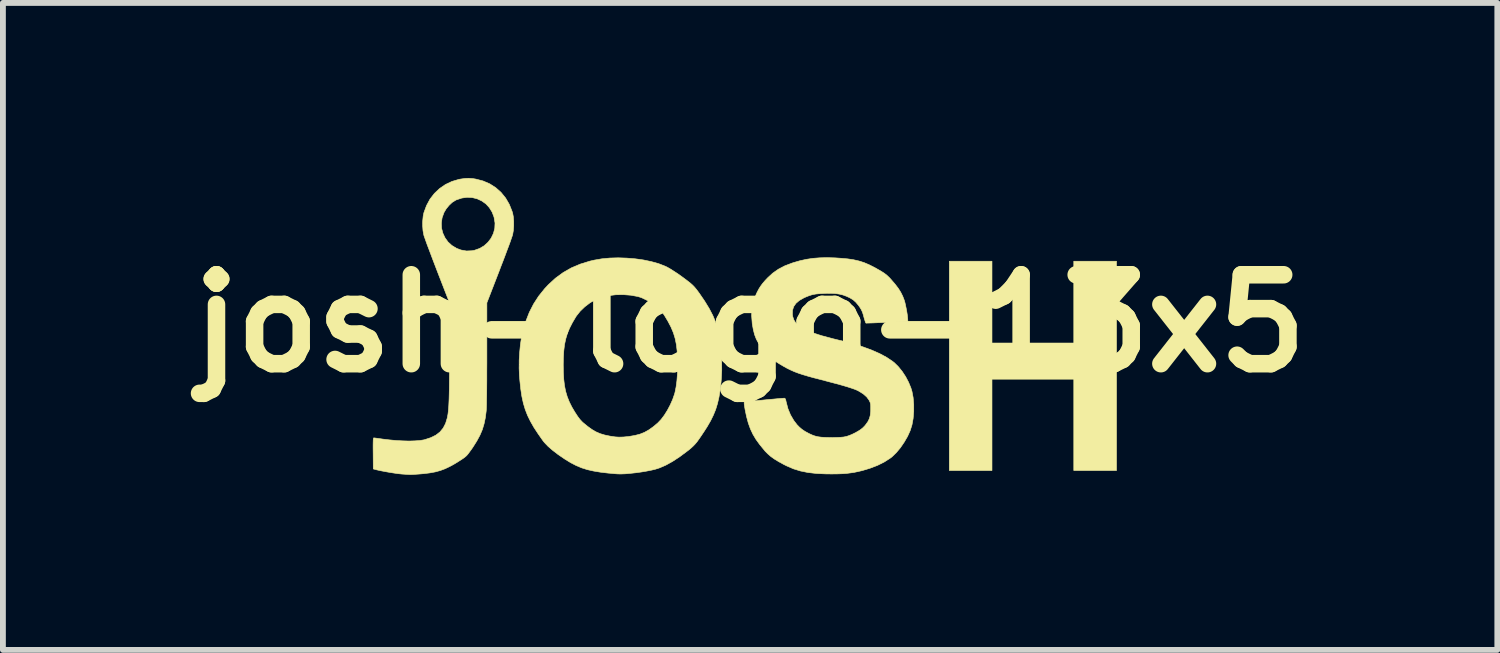
<source format=kicad_pcb>
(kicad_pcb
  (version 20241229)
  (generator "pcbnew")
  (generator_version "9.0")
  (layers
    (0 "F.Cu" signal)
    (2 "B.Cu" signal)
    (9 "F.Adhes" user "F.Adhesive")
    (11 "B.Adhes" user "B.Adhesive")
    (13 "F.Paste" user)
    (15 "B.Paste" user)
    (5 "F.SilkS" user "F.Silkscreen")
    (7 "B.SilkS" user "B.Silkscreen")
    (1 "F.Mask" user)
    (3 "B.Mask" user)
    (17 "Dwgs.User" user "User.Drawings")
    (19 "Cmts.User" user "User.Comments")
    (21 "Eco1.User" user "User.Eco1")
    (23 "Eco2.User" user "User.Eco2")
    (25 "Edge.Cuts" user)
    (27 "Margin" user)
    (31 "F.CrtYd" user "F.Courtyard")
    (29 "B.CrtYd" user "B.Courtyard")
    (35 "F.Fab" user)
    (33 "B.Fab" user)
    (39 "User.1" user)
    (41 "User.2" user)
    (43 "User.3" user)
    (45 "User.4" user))
  (footprint "josh-logo-13x5"
    (layer "F.Cu")
    (at 9.804 2.493)
    (property "Reference" "josh-logo-13x5" (at 0 0 0) (layer "F.SilkS") (effects (font (size 1.524 1.524) (thickness 0.3))))
    (attr through_hole)
    (fp_poly (pts (xy 4.145 0.335) (xy 5.547 0.335) (xy 5.547 -1.067) (xy 6.279 -1.067) (xy 6.279 2.52) (xy 5.547 2.52) (xy 5.547 0.955) (xy 4.145 0.955) (xy 4.145 2.52) (xy 3.414 2.52) (xy 3.414 -1.067) (xy 4.145 -1.067) (xy 4.145 0.335)) (stroke (width 0.01) (type solid)) (fill yes) (layer "F.SilkS"))
    (fp_poly (pts (xy -4.754 -2.483) (xy -4.699 -2.474) (xy -4.576 -2.442) (xy -4.462 -2.393) (xy -4.359 -2.327) (xy -4.268 -2.246) (xy -4.19 -2.15) (xy -4.127 -2.042) (xy -4.079 -1.922) (xy -4.069 -1.89) (xy -4.057 -1.826) (xy -4.051 -1.751) (xy -4.051 -1.67) (xy -4.057 -1.592) (xy -4.069 -1.524) (xy -4.069 -1.524) (xy -4.076 -1.5) (xy -4.09 -1.46) (xy -4.109 -1.404) (xy -4.134 -1.336) (xy -4.164 -1.257) (xy -4.197 -1.168) (xy -4.233 -1.073) (xy -4.272 -0.973) (xy -4.299 -0.901) (xy -4.511 -0.354) (xy -4.511 0.517) (xy -4.511 0.68) (xy -4.512 0.832) (xy -4.512 0.971) (xy -4.513 1.097) (xy -4.514 1.207) (xy -4.516 1.303) (xy -4.517 1.381) (xy -4.519 1.442) (xy -4.521 1.484) (xy -4.522 1.499) (xy -4.537 1.616) (xy -4.559 1.721) (xy -4.589 1.82) (xy -4.63 1.916) (xy -4.683 2.014) (xy -4.749 2.119) (xy -4.773 2.154) (xy -4.808 2.202) (xy -4.835 2.238) (xy -4.858 2.265) (xy -4.883 2.287) (xy -4.912 2.309) (xy -4.949 2.334) (xy -4.954 2.337) (xy -5.054 2.4) (xy -5.144 2.45) (xy -5.228 2.49) (xy -5.311 2.521) (xy -5.396 2.544) (xy -5.489 2.561) (xy -5.594 2.574) (xy -5.665 2.58) (xy -5.722 2.584) (xy -5.766 2.587) (xy -5.802 2.589) (xy -5.835 2.589) (xy -5.871 2.587) (xy -5.916 2.584) (xy -5.975 2.58) (xy -5.984 2.579) (xy -6.039 2.573) (xy -6.107 2.563) (xy -6.183 2.551) (xy -6.261 2.537) (xy -6.334 2.523) (xy -6.397 2.509) (xy -6.426 2.501) (xy -6.457 2.493) (xy -6.459 2.227) (xy -6.46 2.143) (xy -6.46 2.078) (xy -6.459 2.029) (xy -6.458 1.995) (xy -6.455 1.974) (xy -6.452 1.963) (xy -6.449 1.961) (xy -6.435 1.962) (xy -6.405 1.966) (xy -6.362 1.972) (xy -6.312 1.979) (xy -6.299 1.981) (xy -6.182 1.995) (xy -6.065 2.006) (xy -5.951 2.012) (xy -5.844 2.015) (xy -5.746 2.012) (xy -5.661 2.006) (xy -5.592 1.995) (xy -5.576 1.991) (xy -5.472 1.957) (xy -5.385 1.914) (xy -5.314 1.859) (xy -5.259 1.792) (xy -5.218 1.713) (xy -5.19 1.621) (xy -5.183 1.587) (xy -5.177 1.552) (xy -5.172 1.512) (xy -5.168 1.468) (xy -5.164 1.417) (xy -5.161 1.358) (xy -5.158 1.291) (xy -5.156 1.212) (xy -5.154 1.121) (xy -5.153 1.017) (xy -5.152 0.898) (xy -5.151 0.762) (xy -5.151 0.609) (xy -5.151 0.461) (xy -5.151 -0.355) (xy -5.361 -0.896) (xy -5.4 -0.998) (xy -5.438 -1.097) (xy -5.473 -1.19) (xy -5.505 -1.275) (xy -5.534 -1.351) (xy -5.557 -1.415) (xy -5.575 -1.466) (xy -5.587 -1.5) (xy -5.591 -1.514) (xy -5.605 -1.588) (xy -5.611 -1.672) (xy -5.611 -1.721) (xy -5.291 -1.721) (xy -5.287 -1.632) (xy -5.265 -1.547) (xy -5.228 -1.468) (xy -5.176 -1.396) (xy -5.11 -1.336) (xy -5.031 -1.288) (xy -4.955 -1.259) (xy -4.861 -1.242) (xy -4.766 -1.246) (xy -4.724 -1.254) (xy -4.636 -1.285) (xy -4.558 -1.331) (xy -4.491 -1.392) (xy -4.437 -1.463) (xy -4.398 -1.544) (xy -4.375 -1.631) (xy -4.371 -1.722) (xy -4.372 -1.727) (xy -4.388 -1.823) (xy -4.421 -1.909) (xy -4.468 -1.985) (xy -4.527 -2.049) (xy -4.597 -2.099) (xy -4.676 -2.136) (xy -4.76 -2.157) (xy -4.85 -2.162) (xy -4.941 -2.149) (xy -5.034 -2.118) (xy -5.049 -2.11) (xy -5.105 -2.075) (xy -5.159 -2.024) (xy -5.208 -1.964) (xy -5.246 -1.9) (xy -5.278 -1.811) (xy -5.291 -1.721) (xy -5.611 -1.721) (xy -5.61 -1.759) (xy -5.602 -1.841) (xy -5.59 -1.898) (xy -5.545 -2.02) (xy -5.485 -2.131) (xy -5.41 -2.228) (xy -5.321 -2.312) (xy -5.221 -2.381) (xy -5.109 -2.434) (xy -4.987 -2.47) (xy -4.963 -2.474) (xy -4.888 -2.485) (xy -4.822 -2.488) (xy -4.754 -2.483)) (stroke (width 0.01) (type solid)) (fill yes) (layer "F.SilkS"))
    (fp_poly (pts (xy -2.113 -1.12) (xy -1.968 -1.108) (xy -1.826 -1.088) (xy -1.693 -1.06) (xy -1.57 -1.026) (xy -1.462 -0.984) (xy -1.427 -0.968) (xy -1.375 -0.939) (xy -1.312 -0.899) (xy -1.241 -0.853) (xy -1.168 -0.801) (xy -1.095 -0.747) (xy -1.072 -0.729) (xy -1.021 -0.689) (xy -0.982 -0.654) (xy -0.949 -0.619) (xy -0.915 -0.578) (xy -0.877 -0.526) (xy -0.875 -0.524) (xy -0.78 -0.385) (xy -0.701 -0.256) (xy -0.639 -0.137) (xy -0.593 -0.028) (xy -0.585 -0.006) (xy -0.554 0.104) (xy -0.528 0.23) (xy -0.508 0.367) (xy -0.494 0.512) (xy -0.487 0.659) (xy -0.486 0.806) (xy -0.493 0.947) (xy -0.497 1.001) (xy -0.513 1.139) (xy -0.533 1.261) (xy -0.558 1.37) (xy -0.589 1.472) (xy -0.629 1.57) (xy -0.677 1.668) (xy -0.736 1.77) (xy -0.79 1.854) (xy -0.838 1.926) (xy -0.878 1.984) (xy -0.912 2.031) (xy -0.945 2.07) (xy -0.978 2.104) (xy -1.014 2.137) (xy -1.055 2.171) (xy -1.079 2.189) (xy -1.209 2.286) (xy -1.33 2.365) (xy -1.444 2.428) (xy -1.55 2.474) (xy -1.624 2.498) (xy -1.691 2.514) (xy -1.772 2.53) (xy -1.861 2.545) (xy -1.954 2.558) (xy -2.046 2.568) (xy -2.131 2.576) (xy -2.205 2.579) (xy -2.24 2.579) (xy -2.27 2.578) (xy -2.314 2.575) (xy -2.367 2.57) (xy -2.422 2.565) (xy -2.426 2.565) (xy -2.562 2.549) (xy -2.682 2.529) (xy -2.789 2.505) (xy -2.887 2.474) (xy -2.98 2.435) (xy -3.071 2.388) (xy -3.165 2.331) (xy -3.18 2.321) (xy -3.291 2.245) (xy -3.386 2.172) (xy -3.464 2.104) (xy -3.524 2.041) (xy -3.546 2.014) (xy -3.631 1.893) (xy -3.704 1.782) (xy -3.764 1.677) (xy -3.814 1.575) (xy -3.854 1.472) (xy -3.886 1.365) (xy -3.911 1.25) (xy -3.93 1.124) (xy -3.945 0.984) (xy -3.953 0.892) (xy -3.958 0.765) (xy -3.957 0.705) (xy -3.202 0.705) (xy -3.2 0.841) (xy -3.193 0.96) (xy -3.18 1.067) (xy -3.161 1.163) (xy -3.134 1.254) (xy -3.099 1.342) (xy -3.055 1.431) (xy -3 1.524) (xy -2.999 1.525) (xy -2.956 1.591) (xy -2.917 1.643) (xy -2.879 1.684) (xy -2.863 1.699) (xy -2.784 1.764) (xy -2.712 1.816) (xy -2.642 1.857) (xy -2.57 1.888) (xy -2.49 1.912) (xy -2.399 1.931) (xy -2.311 1.944) (xy -2.247 1.948) (xy -2.173 1.946) (xy -2.086 1.938) (xy -2.073 1.936) (xy -1.974 1.919) (xy -1.888 1.897) (xy -1.81 1.866) (xy -1.737 1.825) (xy -1.662 1.772) (xy -1.581 1.704) (xy -1.579 1.702) (xy -1.524 1.644) (xy -1.469 1.571) (xy -1.416 1.486) (xy -1.368 1.395) (xy -1.326 1.3) (xy -1.294 1.208) (xy -1.286 1.177) (xy -1.268 1.087) (xy -1.254 0.981) (xy -1.245 0.864) (xy -1.241 0.74) (xy -1.242 0.614) (xy -1.249 0.49) (xy -1.25 0.472) (xy -1.264 0.358) (xy -1.285 0.255) (xy -1.315 0.158) (xy -1.356 0.061) (xy -1.41 -0.042) (xy -1.435 -0.083) (xy -1.466 -0.135) (xy -1.492 -0.173) (xy -1.516 -0.204) (xy -1.544 -0.233) (xy -1.578 -0.264) (xy -1.605 -0.286) (xy -1.691 -0.351) (xy -1.78 -0.404) (xy -1.866 -0.444) (xy -1.924 -0.462) (xy -2.044 -0.484) (xy -2.173 -0.494) (xy -2.303 -0.492) (xy -2.43 -0.476) (xy -2.548 -0.449) (xy -2.56 -0.445) (xy -2.653 -0.407) (xy -2.745 -0.353) (xy -2.833 -0.286) (xy -2.911 -0.211) (xy -2.974 -0.132) (xy -2.986 -0.114) (xy -3.045 -0.014) (xy -3.093 0.08) (xy -3.131 0.171) (xy -3.159 0.264) (xy -3.18 0.363) (xy -3.193 0.471) (xy -3.2 0.591) (xy -3.202 0.705) (xy -3.957 0.705) (xy -3.957 0.632) (xy -3.949 0.497) (xy -3.936 0.365) (xy -3.918 0.243) (xy -3.895 0.137) (xy -3.844 -0.035) (xy -3.783 -0.191) (xy -3.71 -0.334) (xy -3.624 -0.467) (xy -3.523 -0.593) (xy -3.457 -0.664) (xy -3.335 -0.776) (xy -3.204 -0.872) (xy -3.064 -0.952) (xy -2.911 -1.017) (xy -2.746 -1.068) (xy -2.668 -1.086) (xy -2.54 -1.108) (xy -2.403 -1.121) (xy -2.26 -1.125) (xy -2.113 -1.12)) (stroke (width 0.01) (type solid)) (fill yes) (layer "F.SilkS"))
    (fp_poly (pts (xy 1.457 -1.124) (xy 1.558 -1.117) (xy 1.671 -1.107) (xy 1.772 -1.092) (xy 1.864 -1.071) (xy 1.953 -1.043) (xy 2.042 -1.005) (xy 2.137 -0.957) (xy 2.242 -0.897) (xy 2.244 -0.896) (xy 2.299 -0.861) (xy 2.345 -0.825) (xy 2.39 -0.782) (xy 2.417 -0.752) (xy 2.485 -0.673) (xy 2.54 -0.601) (xy 2.582 -0.534) (xy 2.615 -0.468) (xy 2.642 -0.398) (xy 2.652 -0.364) (xy 2.662 -0.321) (xy 2.673 -0.268) (xy 2.684 -0.21) (xy 2.693 -0.153) (xy 2.699 -0.103) (xy 2.702 -0.065) (xy 2.702 -0.06) (xy 2.703 -0.034) (xy 2.349 -0.02) (xy 2.267 -0.016) (xy 2.19 -0.013) (xy 2.122 -0.01) (xy 2.066 -0.008) (xy 2.023 -0.007) (xy 1.996 -0.006) (xy 1.987 -0.005) (xy 1.98 -0.014) (xy 1.971 -0.039) (xy 1.96 -0.074) (xy 1.955 -0.091) (xy 1.939 -0.151) (xy 1.924 -0.197) (xy 1.906 -0.236) (xy 1.883 -0.274) (xy 1.856 -0.312) (xy 1.812 -0.364) (xy 1.766 -0.405) (xy 1.71 -0.439) (xy 1.652 -0.466) (xy 1.592 -0.488) (xy 1.53 -0.503) (xy 1.462 -0.513) (xy 1.384 -0.517) (xy 1.291 -0.516) (xy 1.275 -0.515) (xy 1.195 -0.511) (xy 1.129 -0.505) (xy 1.072 -0.495) (xy 1.019 -0.479) (xy 0.965 -0.458) (xy 0.92 -0.438) (xy 0.843 -0.394) (xy 0.786 -0.345) (xy 0.747 -0.289) (xy 0.727 -0.227) (xy 0.725 -0.156) (xy 0.731 -0.117) (xy 0.751 -0.059) (xy 0.784 -0.008) (xy 0.834 0.037) (xy 0.884 0.069) (xy 0.935 0.097) (xy 0.986 0.122) (xy 1.039 0.145) (xy 1.096 0.167) (xy 1.161 0.189) (xy 1.235 0.212) (xy 1.322 0.235) (xy 1.422 0.262) (xy 1.54 0.291) (xy 1.56 0.295) (xy 1.753 0.346) (xy 1.928 0.399) (xy 2.083 0.456) (xy 2.219 0.516) (xy 2.337 0.579) (xy 2.436 0.645) (xy 2.472 0.673) (xy 2.539 0.739) (xy 2.605 0.82) (xy 2.665 0.911) (xy 2.716 1.008) (xy 2.756 1.105) (xy 2.774 1.164) (xy 2.794 1.27) (xy 2.804 1.388) (xy 2.804 1.509) (xy 2.794 1.629) (xy 2.774 1.739) (xy 2.773 1.742) (xy 2.743 1.837) (xy 2.698 1.936) (xy 2.641 2.034) (xy 2.577 2.128) (xy 2.507 2.212) (xy 2.434 2.283) (xy 2.399 2.31) (xy 2.299 2.374) (xy 2.183 2.432) (xy 2.055 2.481) (xy 1.919 2.522) (xy 1.779 2.553) (xy 1.652 2.57) (xy 1.579 2.575) (xy 1.492 2.578) (xy 1.397 2.579) (xy 1.299 2.578) (xy 1.205 2.574) (xy 1.131 2.57) (xy 0.991 2.554) (xy 0.863 2.528) (xy 0.743 2.491) (xy 0.625 2.44) (xy 0.579 2.417) (xy 0.491 2.369) (xy 0.419 2.325) (xy 0.358 2.282) (xy 0.306 2.237) (xy 0.258 2.189) (xy 0.246 2.174) (xy 0.167 2.078) (xy 0.101 1.987) (xy 0.048 1.898) (xy 0.005 1.806) (xy -0.031 1.706) (xy -0.061 1.595) (xy -0.085 1.48) (xy -0.095 1.42) (xy -0.101 1.379) (xy -0.101 1.355) (xy -0.098 1.346) (xy -0.085 1.344) (xy -0.055 1.341) (xy -0.011 1.336) (xy 0.045 1.331) (xy 0.109 1.324) (xy 0.179 1.317) (xy 0.251 1.31) (xy 0.323 1.303) (xy 0.392 1.297) (xy 0.455 1.291) (xy 0.509 1.286) (xy 0.551 1.283) (xy 0.577 1.281) (xy 0.585 1.28) (xy 0.597 1.284) (xy 0.606 1.297) (xy 0.614 1.324) (xy 0.618 1.344) (xy 0.649 1.462) (xy 0.692 1.566) (xy 0.748 1.662) (xy 0.804 1.735) (xy 0.845 1.777) (xy 0.888 1.814) (xy 0.94 1.849) (xy 1.006 1.885) (xy 1.017 1.89) (xy 1.065 1.912) (xy 1.112 1.929) (xy 1.162 1.941) (xy 1.22 1.949) (xy 1.289 1.953) (xy 1.372 1.955) (xy 1.397 1.955) (xy 1.48 1.954) (xy 1.547 1.951) (xy 1.603 1.946) (xy 1.652 1.936) (xy 1.697 1.921) (xy 1.744 1.902) (xy 1.781 1.884) (xy 1.843 1.851) (xy 1.891 1.821) (xy 1.929 1.791) (xy 1.963 1.757) (xy 1.981 1.735) (xy 2.019 1.682) (xy 2.045 1.629) (xy 2.06 1.571) (xy 2.067 1.501) (xy 2.067 1.468) (xy 2.067 1.42) (xy 2.065 1.386) (xy 2.06 1.36) (xy 2.05 1.337) (xy 2.038 1.313) (xy 1.998 1.259) (xy 1.939 1.207) (xy 1.865 1.161) (xy 1.839 1.147) (xy 1.799 1.13) (xy 1.742 1.11) (xy 1.668 1.086) (xy 1.576 1.059) (xy 1.466 1.029) (xy 1.337 0.995) (xy 1.209 0.961) (xy 1.091 0.931) (xy 0.99 0.903) (xy 0.903 0.877) (xy 0.827 0.852) (xy 0.758 0.826) (xy 0.695 0.798) (xy 0.634 0.768) (xy 0.571 0.733) (xy 0.505 0.694) (xy 0.472 0.673) (xy 0.418 0.638) (xy 0.376 0.608) (xy 0.341 0.579) (xy 0.307 0.545) (xy 0.268 0.502) (xy 0.266 0.499) (xy 0.199 0.418) (xy 0.147 0.343) (xy 0.107 0.269) (xy 0.077 0.192) (xy 0.055 0.105) (xy 0.037 0.005) (xy 0.036 -0.007) (xy 0.026 -0.139) (xy 0.034 -0.264) (xy 0.06 -0.384) (xy 0.105 -0.502) (xy 0.122 -0.538) (xy 0.151 -0.593) (xy 0.181 -0.64) (xy 0.214 -0.685) (xy 0.256 -0.734) (xy 0.302 -0.783) (xy 0.388 -0.862) (xy 0.485 -0.93) (xy 0.594 -0.987) (xy 0.72 -1.035) (xy 0.741 -1.042) (xy 0.855 -1.075) (xy 0.965 -1.099) (xy 1.077 -1.116) (xy 1.194 -1.125) (xy 1.319 -1.128) (xy 1.457 -1.124)) (stroke (width 0.01) (type solid)) (fill yes) (layer "F.SilkS")))
  (gr_rect
    (start -3 -3)
    (end 22.609 8.087)
    (stroke (width 0.1) (type default))
    (fill no)
    (layer "Edge.Cuts")))
</source>
